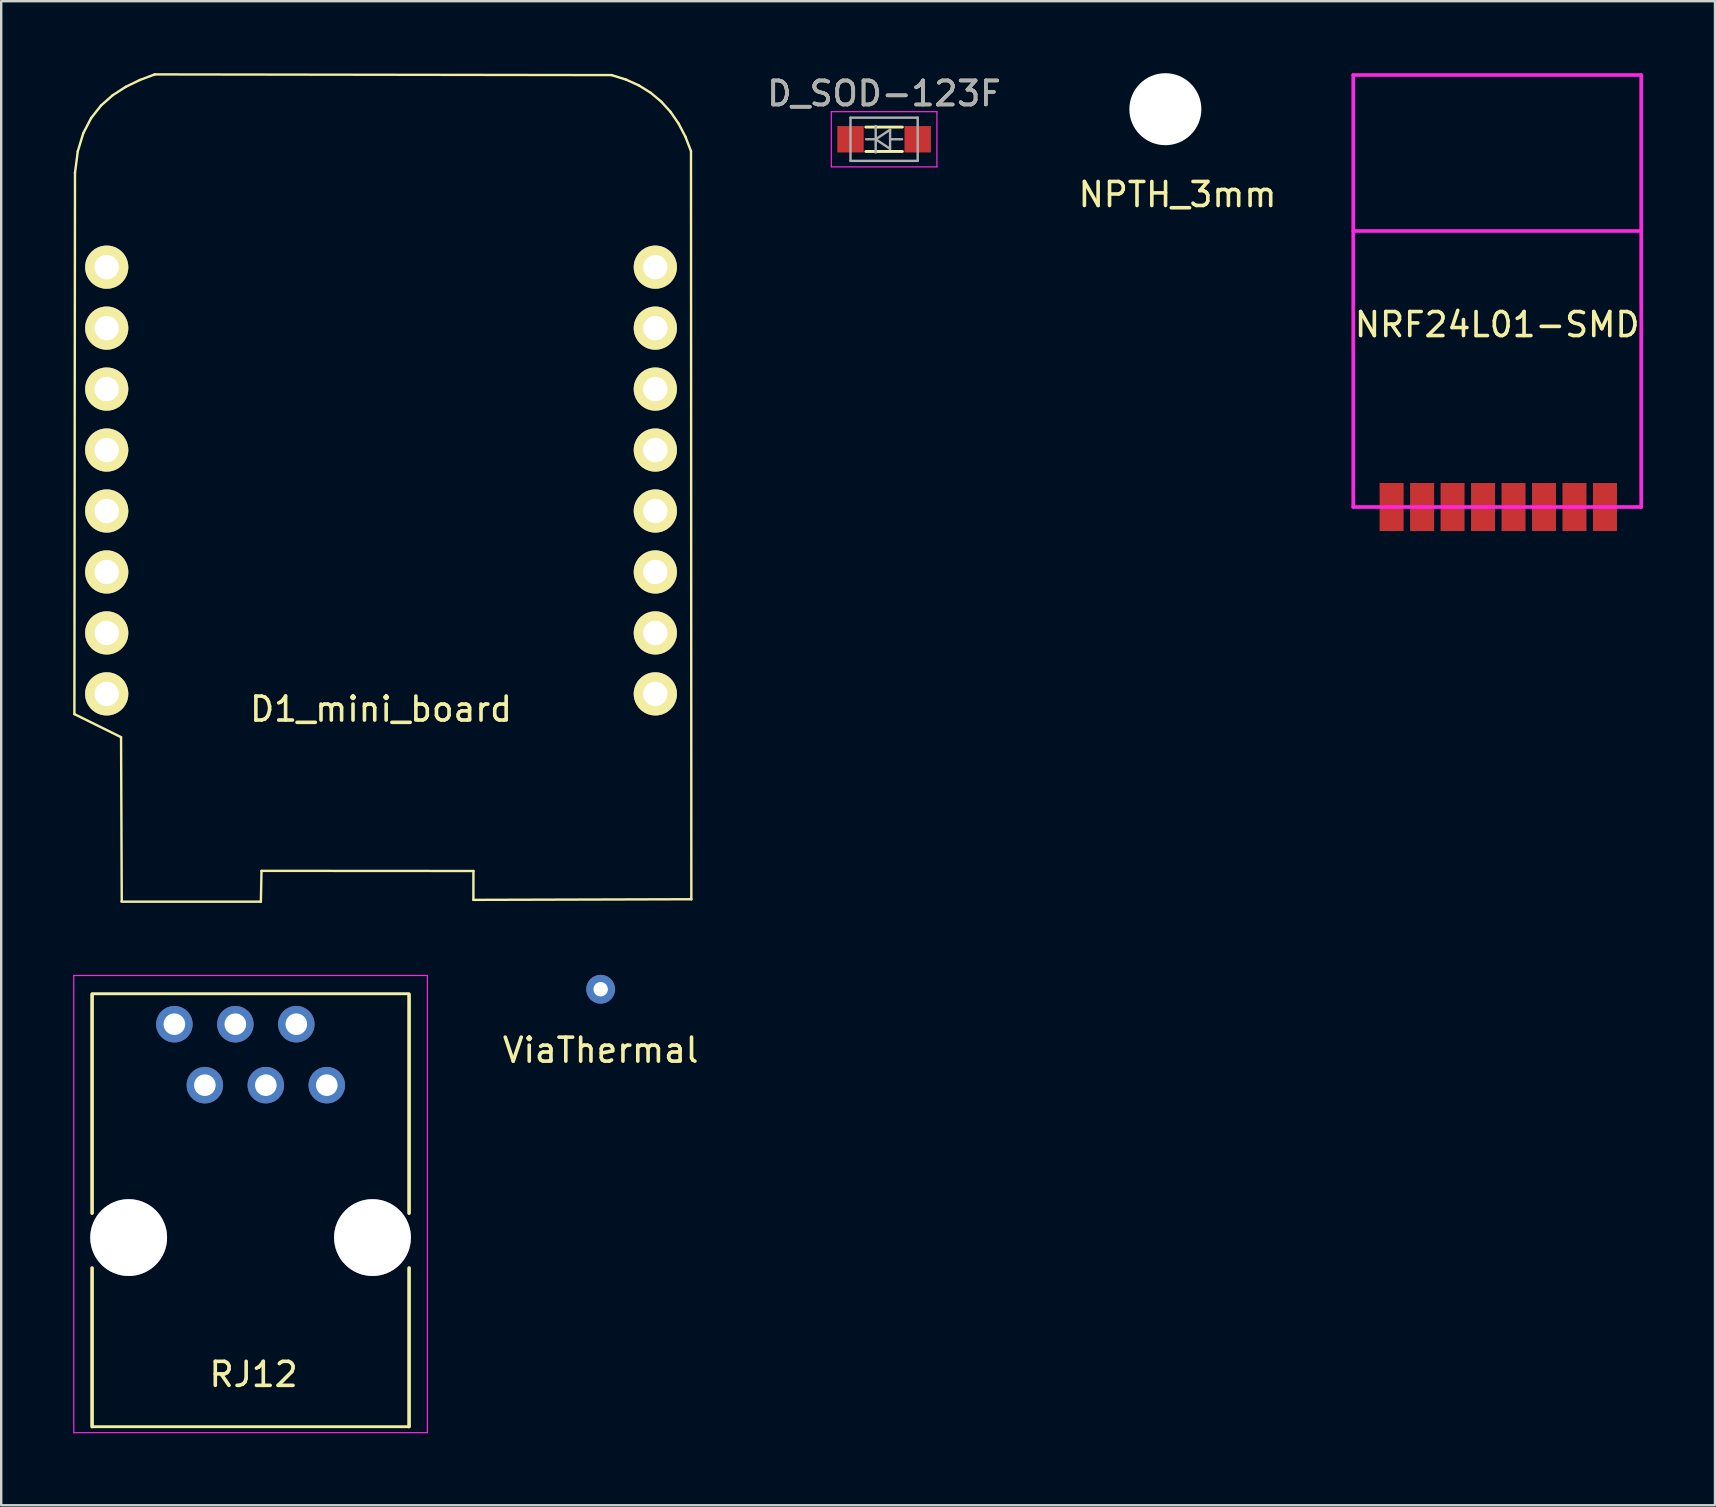
<source format=kicad_pcb>
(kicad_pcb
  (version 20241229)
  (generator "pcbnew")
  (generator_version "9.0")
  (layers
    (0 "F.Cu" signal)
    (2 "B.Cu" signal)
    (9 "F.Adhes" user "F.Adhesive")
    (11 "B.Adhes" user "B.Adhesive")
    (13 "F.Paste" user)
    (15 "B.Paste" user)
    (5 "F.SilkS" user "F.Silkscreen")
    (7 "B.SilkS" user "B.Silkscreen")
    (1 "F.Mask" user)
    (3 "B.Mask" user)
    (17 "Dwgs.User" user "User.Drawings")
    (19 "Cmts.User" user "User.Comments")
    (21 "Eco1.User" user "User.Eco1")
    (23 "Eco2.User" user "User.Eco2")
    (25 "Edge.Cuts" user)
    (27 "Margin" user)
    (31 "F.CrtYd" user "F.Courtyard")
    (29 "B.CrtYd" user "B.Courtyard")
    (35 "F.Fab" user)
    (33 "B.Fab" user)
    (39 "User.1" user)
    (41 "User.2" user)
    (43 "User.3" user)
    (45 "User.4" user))
  (footprint "NPTH_3mm"
    (layer "F.Cu")
    (at 45.507 1.5)
    (property "Reference" "NPTH_3mm" (at 0.508 3.556 0) (layer "F.SilkS") (effects (font (size 1 1) (thickness 0.15))))
    (attr through_hole)
    (pad "" np_thru_hole circle (at 0 0) (size 3 3) (drill 3) (layers "*.Cu" "*.Mask")))
  (footprint "ViaThermal"
    (layer "F.Cu")
    (at 21.978 38.169)
    (property "Reference" "ViaThermal" (at 0 2.54 0) (layer "F.SilkS") (effects (font (size 1 1) (thickness 0.15))))
    (attr through_hole)
    (pad "1" thru_hole circle (at 0 0) (size 1.2 1.2) (drill 0.6) (layers "*.Cu" "*.Mask")))
  (footprint "RJ12"
    (layer "F.Cu")
    (at 7.391 48.516)
    (property "Reference" "RJ12" (at 0.125 5.702 0) (layer "F.SilkS") (effects (font (size 1 1) (thickness 0.15))))
    (attr through_hole)
    (fp_line (start -6.604 -10.16) (end 6.596 -10.16) (stroke (width 0.12) (type solid)) (layer "F.SilkS"))
    (fp_line (start -6.604 -1.016) (end -6.604 -10.126) (stroke (width 0.15) (type solid)) (layer "F.SilkS"))
    (fp_line (start -6.604 7.874) (end -6.604 1.27) (stroke (width 0.15) (type solid)) (layer "F.SilkS"))
    (fp_line (start -6.6 7.88) (end 6.6 7.88) (stroke (width 0.12) (type solid)) (layer "F.SilkS"))
    (fp_line (start 6.604 -1.016) (end 6.604 -10.126) (stroke (width 0.15) (type solid)) (layer "F.SilkS"))
    (fp_line (start 6.604 7.874) (end 6.604 1.27) (stroke (width 0.15) (type solid)) (layer "F.SilkS"))
    (fp_line (start -7.366 8.128) (end -7.366 -10.922) (stroke (width 0.05) (type solid)) (layer "F.CrtYd"))
    (fp_line (start 7.366 -10.922) (end -7.366 -10.922) (stroke (width 0.05) (type solid)) (layer "F.CrtYd"))
    (fp_line (start 7.366 8.128) (end -7.366 8.128) (stroke (width 0.05) (type solid)) (layer "F.CrtYd"))
    (fp_line (start 7.366 8.128) (end 7.366 -10.922) (stroke (width 0.05) (type solid)) (layer "F.CrtYd"))
    (pad "1" thru_hole circle (at -3.175 -8.89) (size 1.52 1.52) (drill 0.9) (layers "*.Cu" "*.Mask"))
    (pad "2" thru_hole circle (at -1.905 -6.35) (size 1.52 1.52) (drill 0.9) (layers "*.Cu" "*.Mask"))
    (pad "3" thru_hole circle (at -0.635 -8.89) (size 1.52 1.52) (drill 0.9) (layers "*.Cu" "*.Mask"))
    (pad "4" thru_hole circle (at 0.635 -6.35) (size 1.52 1.52) (drill 0.9) (layers "*.Cu" "*.Mask"))
    (pad "5" thru_hole circle (at 1.905 -8.89) (size 1.52 1.52) (drill 0.9) (layers "*.Cu" "*.Mask"))
    (pad "6" thru_hole circle (at 3.175 -6.35) (size 1.52 1.52) (drill 0.9) (layers "*.Cu" "*.Mask"))
    (pad "7" thru_hole circle (at -5.08 0) (size 3.2 3.2) (drill 3.2) (layers "*.Cu" "*.Mask"))
    (pad "7" thru_hole circle (at 5.08 0) (size 3.2 3.2) (drill 3.2) (layers "*.Cu" "*.Mask")))
  (footprint "NRF24L01-SMD"
    (layer "F.Cu")
    (at 59.334 9.375)
    (property "Reference" "NRF24L01-SMD" (at 0 1.1 0) (layer "F.SilkS") (effects (font (size 1 1) (thickness 0.15))))
    (attr through_hole)
    (fp_line (start -6 -9.3) (end 6 -9.3) (stroke (width 0.15) (type solid)) (layer "F.CrtYd"))
    (fp_line (start -6 -2.8) (end 6 -2.8) (stroke (width 0.15) (type solid)) (layer "F.CrtYd"))
    (fp_line (start -6 8.7) (end -6 -9.3) (stroke (width 0.15) (type solid)) (layer "F.CrtYd"))
    (fp_line (start 6 -9.3) (end 6 8.7) (stroke (width 0.15) (type solid)) (layer "F.CrtYd"))
    (fp_line (start 6 8.7) (end -6 8.7) (stroke (width 0.15) (type solid)) (layer "F.CrtYd"))
    (pad "1" smd rect (at -4.4 8.7) (size 1 2) (layers "F.Cu" "F.Mask" "F.Paste"))
    (pad "2" smd rect (at -3.13 8.7) (size 1 2) (layers "F.Cu" "F.Mask" "F.Paste"))
    (pad "3" smd rect (at -1.86 8.7) (size 1 2) (layers "F.Cu" "F.Mask" "F.Paste"))
    (pad "4" smd rect (at -0.59 8.7) (size 1 2) (layers "F.Cu" "F.Mask" "F.Paste"))
    (pad "5" smd rect (at 0.68 8.7) (size 1 2) (layers "F.Cu" "F.Mask" "F.Paste"))
    (pad "6" smd rect (at 1.95 8.7) (size 1 2) (layers "F.Cu" "F.Mask" "F.Paste"))
    (pad "7" smd rect (at 3.22 8.7) (size 1 2) (layers "F.Cu" "F.Mask" "F.Paste"))
    (pad "8" smd rect (at 4.49 8.7) (size 1 2) (layers "F.Cu" "F.Mask" "F.Paste")))
  (footprint "D_SOD-123F"
    (layer "F.Cu")
    (at 33.788 2.753)
    (property "Reference" "D_SOD-123F" (at 0 -1.905 0) (layer "F.SilkS") (effects (font (size 1 1) (thickness 0.15))))
    (attr smd)
    (fp_line (start -0.762 -0.508) (end 0.762 -0.508) (stroke (width 0.12) (type solid)) (layer "F.SilkS"))
    (fp_line (start -0.762 0.508) (end 0.762 0.508) (stroke (width 0.12) (type solid)) (layer "F.SilkS"))
    (fp_line (start -2.2 -1.15) (end -2.2 1.15) (stroke (width 0.05) (type solid)) (layer "F.CrtYd"))
    (fp_line (start -2.2 -1.15) (end 2.2 -1.15) (stroke (width 0.05) (type solid)) (layer "F.CrtYd"))
    (fp_line (start 2.2 -1.15) (end 2.2 1.15) (stroke (width 0.05) (type solid)) (layer "F.CrtYd"))
    (fp_line (start 2.2 1.15) (end -2.2 1.15) (stroke (width 0.05) (type solid)) (layer "F.CrtYd"))
    (fp_line (start -1.4 -0.9) (end 1.4 -0.9) (stroke (width 0.1) (type solid)) (layer "F.Fab"))
    (fp_line (start -1.4 0.9) (end -1.4 -0.9) (stroke (width 0.1) (type solid)) (layer "F.Fab"))
    (fp_line (start -0.75 0) (end -0.35 0) (stroke (width 0.1) (type solid)) (layer "F.Fab"))
    (fp_line (start -0.35 0) (end -0.35 -0.55) (stroke (width 0.1) (type solid)) (layer "F.Fab"))
    (fp_line (start -0.35 0) (end -0.35 0.55) (stroke (width 0.1) (type solid)) (layer "F.Fab"))
    (fp_line (start -0.35 0) (end 0.25 -0.4) (stroke (width 0.1) (type solid)) (layer "F.Fab"))
    (fp_line (start 0.25 -0.4) (end 0.25 0.4) (stroke (width 0.1) (type solid)) (layer "F.Fab"))
    (fp_line (start 0.25 0) (end 0.75 0) (stroke (width 0.1) (type solid)) (layer "F.Fab"))
    (fp_line (start 0.25 0.4) (end -0.35 0) (stroke (width 0.1) (type solid)) (layer "F.Fab"))
    (fp_line (start 1.4 -0.9) (end 1.4 0.9) (stroke (width 0.1) (type solid)) (layer "F.Fab"))
    (fp_line (start 1.4 0.9) (end -1.4 0.9) (stroke (width 0.1) (type solid)) (layer "F.Fab"))
    (fp_text user "${REFERENCE}" (at 0 -1.905 0) (layer "F.Fab") (effects (font (size 1 1) (thickness 0.15))))
    (pad "1" smd rect (at -1.4 0) (size 1.1 1.1) (layers "F.Cu" "F.Mask" "F.Paste"))
    (pad "2" smd rect (at 1.4 0) (size 1.1 1.1) (layers "F.Cu" "F.Mask" "F.Paste")))
  (footprint "D1_mini_board"
    (layer "F.Cu")
    (at 12.826 16.972)
    (property "Reference" "D1_mini_board" (at 0 9.525 0) (layer "F.SilkS") (effects (font (size 1 1) (thickness 0.15))))
    (attr through_hole)
    (fp_line (start -12.776 9.733) (end -10.832 10.694) (stroke (width 0.1) (type solid)) (layer "F.SilkS"))
    (fp_line (start -12.751 -12.822) (end -12.776 9.733) (stroke (width 0.1) (type solid)) (layer "F.SilkS"))
    (fp_line (start -12.635 -13.715) (end -12.751 -12.822) (stroke (width 0.1) (type solid)) (layer "F.SilkS"))
    (fp_line (start -12.407 -14.47) (end -12.635 -13.715) (stroke (width 0.1) (type solid)) (layer "F.SilkS"))
    (fp_line (start -12.08 -15.101) (end -12.407 -14.47) (stroke (width 0.1) (type solid)) (layer "F.SilkS"))
    (fp_line (start -11.667 -15.625) (end -12.08 -15.101) (stroke (width 0.1) (type solid)) (layer "F.SilkS"))
    (fp_line (start -11.181 -16.054) (end -11.667 -15.625) (stroke (width 0.1) (type solid)) (layer "F.SilkS"))
    (fp_line (start -10.832 10.694) (end -10.803 17.503) (stroke (width 0.1) (type solid)) (layer "F.SilkS"))
    (fp_line (start -10.817 17.547) (end -5.006 17.547) (stroke (width 0.1) (type solid)) (layer "F.SilkS"))
    (fp_line (start -10.638 -16.403) (end -11.181 -16.054) (stroke (width 0.1) (type solid)) (layer "F.SilkS"))
    (fp_line (start -10.05 -16.688) (end -10.638 -16.403) (stroke (width 0.1) (type solid)) (layer "F.SilkS"))
    (fp_line (start -9.43 -16.922) (end -10.05 -16.688) (stroke (width 0.1) (type solid)) (layer "F.SilkS"))
    (fp_line (start -5.006 17.547) (end -4.98 16.264) (stroke (width 0.1) (type solid)) (layer "F.SilkS"))
    (fp_line (start -4.98 16.264) (end 3.851 16.27) (stroke (width 0.1) (type solid)) (layer "F.SilkS"))
    (fp_line (start 3.849 17.473) (end 12.93 17.447) (stroke (width 0.1) (type solid)) (layer "F.SilkS"))
    (fp_line (start 3.851 16.27) (end 3.849 17.473) (stroke (width 0.1) (type solid)) (layer "F.SilkS"))
    (fp_line (start 9.607 -16.893) (end -9.43 -16.922) (stroke (width 0.1) (type solid)) (layer "F.SilkS"))
    (fp_line (start 10.205 -16.707) (end 9.607 -16.893) (stroke (width 0.1) (type solid)) (layer "F.SilkS"))
    (fp_line (start 10.749 -16.46) (end 10.205 -16.707) (stroke (width 0.1) (type solid)) (layer "F.SilkS"))
    (fp_line (start 11.241 -16.153) (end 10.749 -16.46) (stroke (width 0.1) (type solid)) (layer "F.SilkS"))
    (fp_line (start 11.679 -15.785) (end 11.241 -16.153) (stroke (width 0.1) (type solid)) (layer "F.SilkS"))
    (fp_line (start 12.065 -15.358) (end 11.679 -15.785) (stroke (width 0.1) (type solid)) (layer "F.SilkS"))
    (fp_line (start 12.4 -14.871) (end 12.065 -15.358) (stroke (width 0.1) (type solid)) (layer "F.SilkS"))
    (fp_line (start 12.683 -14.326) (end 12.4 -14.871) (stroke (width 0.1) (type solid)) (layer "F.SilkS"))
    (fp_line (start 12.916 -13.723) (end 12.683 -14.326) (stroke (width 0.1) (type solid)) (layer "F.SilkS"))
    (fp_line (start 12.93 17.447) (end 12.916 -13.723) (stroke (width 0.1) (type solid)) (layer "F.SilkS"))
    (pad "1" thru_hole circle (at 11.43 8.89) (size 1.8 1.8) (drill 1.016) (layers "*.Cu" "*.Mask" "F.SilkS"))
    (pad "2" thru_hole circle (at 11.43 6.35) (size 1.8 1.8) (drill 1.016) (layers "*.Cu" "*.Mask" "F.SilkS"))
    (pad "3" thru_hole circle (at 11.43 3.81) (size 1.8 1.8) (drill 1.016) (layers "*.Cu" "*.Mask" "F.SilkS"))
    (pad "4" thru_hole circle (at 11.43 1.27) (size 1.8 1.8) (drill 1.016) (layers "*.Cu" "*.Mask" "F.SilkS"))
    (pad "5" thru_hole circle (at 11.43 -1.27) (size 1.8 1.8) (drill 1.016) (layers "*.Cu" "*.Mask" "F.SilkS"))
    (pad "6" thru_hole circle (at 11.43 -3.81) (size 1.8 1.8) (drill 1.016) (layers "*.Cu" "*.Mask" "F.SilkS"))
    (pad "7" thru_hole circle (at 11.43 -6.35) (size 1.8 1.8) (drill 1.016) (layers "*.Cu" "*.Mask" "F.SilkS"))
    (pad "8" thru_hole circle (at 11.43 -8.89) (size 1.8 1.8) (drill 1.016) (layers "*.Cu" "*.Mask" "F.SilkS"))
    (pad "9" thru_hole circle (at -11.43 -8.89) (size 1.8 1.8) (drill 1.016) (layers "*.Cu" "*.Mask" "F.SilkS"))
    (pad "10" thru_hole circle (at -11.43 -6.35) (size 1.8 1.8) (drill 1.016) (layers "*.Cu" "*.Mask" "F.SilkS"))
    (pad "11" thru_hole circle (at -11.43 -3.81) (size 1.8 1.8) (drill 1.016) (layers "*.Cu" "*.Mask" "F.SilkS"))
    (pad "12" thru_hole circle (at -11.43 -1.27) (size 1.8 1.8) (drill 1.016) (layers "*.Cu" "*.Mask" "F.SilkS"))
    (pad "13" thru_hole circle (at -11.43 1.27) (size 1.8 1.8) (drill 1.016) (layers "*.Cu" "*.Mask" "F.SilkS"))
    (pad "14" thru_hole circle (at -11.43 3.81) (size 1.8 1.8) (drill 1.016) (layers "*.Cu" "*.Mask" "F.SilkS"))
    (pad "15" thru_hole circle (at -11.43 6.35) (size 1.8 1.8) (drill 1.016) (layers "*.Cu" "*.Mask" "F.SilkS"))
    (pad "16" thru_hole circle (at -11.43 8.89) (size 1.8 1.8) (drill 1.016) (layers "*.Cu" "*.Mask" "F.SilkS")))
  (gr_rect
    (start -3 -3)
    (end 68.409 59.669)
    (stroke (width 0.1) (type default))
    (fill no)
    (layer "Edge.Cuts")))
</source>
